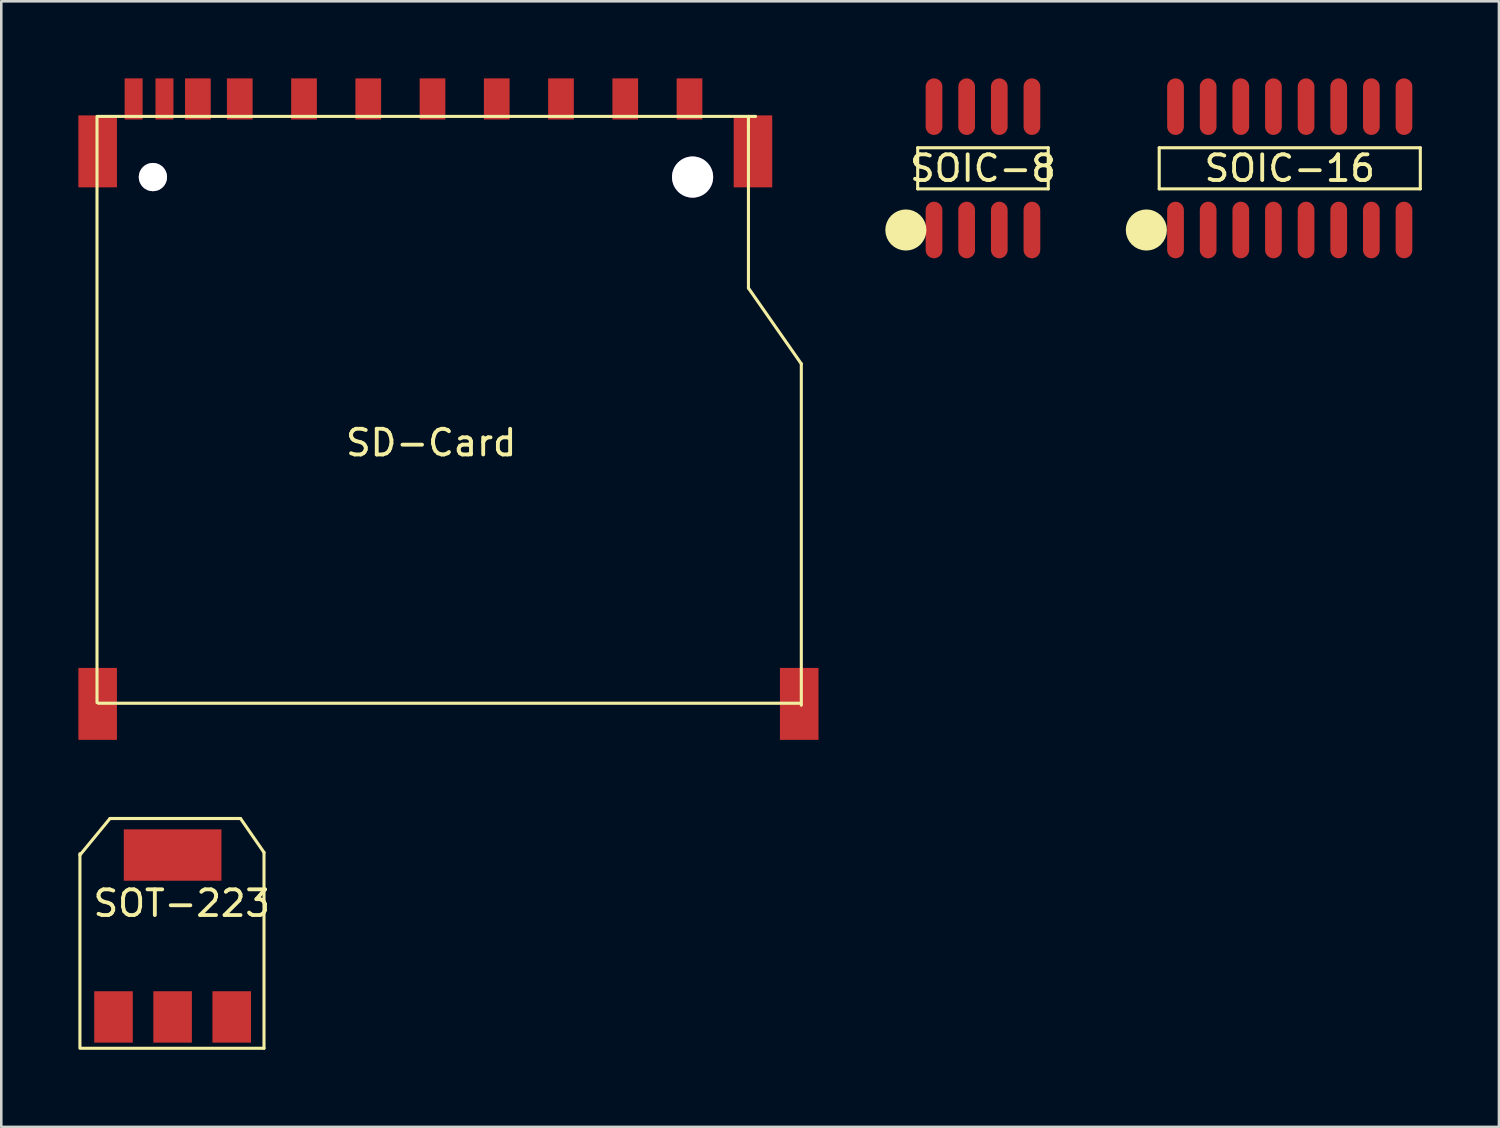
<source format=kicad_pcb>
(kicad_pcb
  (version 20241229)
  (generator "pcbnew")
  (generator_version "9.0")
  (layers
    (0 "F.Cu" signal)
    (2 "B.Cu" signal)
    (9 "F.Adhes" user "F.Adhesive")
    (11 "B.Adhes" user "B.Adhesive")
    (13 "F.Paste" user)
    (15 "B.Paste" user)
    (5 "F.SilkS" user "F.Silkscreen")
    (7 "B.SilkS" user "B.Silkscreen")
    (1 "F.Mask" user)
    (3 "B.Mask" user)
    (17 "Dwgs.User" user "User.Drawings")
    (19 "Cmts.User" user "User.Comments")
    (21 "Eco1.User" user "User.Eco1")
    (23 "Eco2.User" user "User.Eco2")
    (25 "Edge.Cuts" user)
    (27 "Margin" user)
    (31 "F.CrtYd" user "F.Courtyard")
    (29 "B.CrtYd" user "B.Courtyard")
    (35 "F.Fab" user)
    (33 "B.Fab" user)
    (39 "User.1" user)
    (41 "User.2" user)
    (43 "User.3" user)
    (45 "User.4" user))
  (footprint "SOIC-16"
    (layer "F.Cu")
    (at 47.138 3.5)
    (property "Reference" "SOIC-16" (at 0 0 0) (layer "F.SilkS") (effects (font (size 1 1) (thickness 0.15))))
    (attr through_hole)
    (fp_line (start -5.08 -0.8) (end 5.08 -0.8) (stroke (width 0.12) (type solid)) (layer "F.SilkS"))
    (fp_line (start -5.08 0.8) (end -5.08 -0.8) (stroke (width 0.12) (type solid)) (layer "F.SilkS"))
    (fp_line (start 5.08 -0.8) (end 5.08 0.8) (stroke (width 0.12) (type solid)) (layer "F.SilkS"))
    (fp_line (start 5.08 0.8) (end -5.08 0.8) (stroke (width 0.12) (type solid)) (layer "F.SilkS"))
    (fp_circle (center -5.58 2.4) (end -5.58 2.4) (stroke (width 0.8) (type solid)) (fill no) (layer "F.SilkS"))
    (pad "1" smd oval (at -4.445 2.4) (size 0.65 2.2) (layers "F.Cu" "F.Mask" "F.Paste"))
    (pad "2" smd oval (at -3.175 2.4) (size 0.65 2.2) (layers "F.Cu" "F.Mask" "F.Paste"))
    (pad "3" smd oval (at -1.905 2.4) (size 0.65 2.2) (layers "F.Cu" "F.Mask" "F.Paste"))
    (pad "4" smd oval (at -0.635 2.4) (size 0.65 2.2) (layers "F.Cu" "F.Mask" "F.Paste"))
    (pad "5" smd oval (at 0.635 2.4) (size 0.65 2.2) (layers "F.Cu" "F.Mask" "F.Paste"))
    (pad "6" smd oval (at 1.905 2.4) (size 0.65 2.2) (layers "F.Cu" "F.Mask" "F.Paste"))
    (pad "7" smd oval (at 3.175 2.4) (size 0.65 2.2) (layers "F.Cu" "F.Mask" "F.Paste"))
    (pad "8" smd oval (at 4.445 2.4) (size 0.65 2.2) (layers "F.Cu" "F.Mask" "F.Paste"))
    (pad "9" smd oval (at 4.445 -2.4) (size 0.65 2.2) (layers "F.Cu" "F.Mask" "F.Paste"))
    (pad "10" smd oval (at 3.175 -2.4) (size 0.65 2.2) (layers "F.Cu" "F.Mask" "F.Paste"))
    (pad "11" smd oval (at 1.905 -2.4) (size 0.65 2.2) (layers "F.Cu" "F.Mask" "F.Paste"))
    (pad "12" smd oval (at 0.635 -2.4) (size 0.65 2.2) (layers "F.Cu" "F.Mask" "F.Paste"))
    (pad "13" smd oval (at -0.635 -2.4) (size 0.65 2.2) (layers "F.Cu" "F.Mask" "F.Paste"))
    (pad "14" smd oval (at -1.905 -2.4) (size 0.65 2.2) (layers "F.Cu" "F.Mask" "F.Paste"))
    (pad "15" smd oval (at -3.175 -2.4) (size 0.65 2.2) (layers "F.Cu" "F.Mask" "F.Paste"))
    (pad "16" smd oval (at -4.445 -2.4) (size 0.65 2.2) (layers "F.Cu" "F.Mask" "F.Paste")))
  (footprint "SOT-223"
    (layer "F.Cu")
    (at 3.667 33.321)
    (property "Reference" "SOT-223" (at 0.356 -1.219 0) (layer "F.SilkS") (effects (font (size 1 1) (thickness 0.15))))
    (attr smd)
    (fp_line (start -3.607 -3.099) (end -2.438 -4.521) (stroke (width 0.12) (type solid)) (layer "F.SilkS"))
    (fp_line (start -3.607 4.369) (end -3.607 -3.15) (stroke (width 0.12) (type solid)) (layer "F.SilkS"))
    (fp_line (start -3.607 4.42) (end 3.556 4.42) (stroke (width 0.12) (type solid)) (layer "F.SilkS"))
    (fp_line (start 2.642 -4.521) (end -2.438 -4.521) (stroke (width 0.12) (type solid)) (layer "F.SilkS"))
    (fp_line (start 3.556 -3.2) (end 2.642 -4.521) (stroke (width 0.12) (type solid)) (layer "F.SilkS"))
    (fp_line (start 3.556 4.42) (end 3.556 -3.2) (stroke (width 0.12) (type solid)) (layer "F.SilkS"))
    (pad "1" smd rect (at -2.3 3.201 90) (size 2 1.5) (layers "F.Cu" "F.Mask" "F.Paste"))
    (pad "2" smd rect (at 0 -3.099 90) (size 2 3.8) (layers "F.Cu" "F.Mask" "F.Paste"))
    (pad "2" smd rect (at 0 3.201 90) (size 2 1.5) (layers "F.Cu" "F.Mask" "F.Paste"))
    (pad "3" smd rect (at 2.3 3.201 90) (size 2 1.5) (layers "F.Cu" "F.Mask" "F.Paste")))
  (footprint "SD-Card"
    (layer "F.Cu")
    (at 0.75 24.34)
    (property "Reference" "SD-Card" (at 12.979 -10.16 0) (layer "F.SilkS") (effects (font (size 1 1) (thickness 0.15))))
    (attr through_hole)
    (fp_line (start -0.025 -22.86) (end 25.603 -22.86) (stroke (width 0.12) (type solid)) (layer "F.SilkS"))
    (fp_line (start -0.025 -22.809) (end -0.025 -0.051) (stroke (width 0.12) (type solid)) (layer "F.SilkS"))
    (fp_line (start 0.025 -0.025) (end 27.305 -0.025) (stroke (width 0.12) (type solid)) (layer "F.SilkS"))
    (fp_line (start 25.324 -22.454) (end 25.324 -22.86) (stroke (width 0.12) (type solid)) (layer "F.SilkS"))
    (fp_line (start 25.324 -16.18) (end 25.324 -22.479) (stroke (width 0.12) (type solid)) (layer "F.SilkS"))
    (fp_line (start 27.381 -13.233) (end 25.324 -16.18) (stroke (width 0.12) (type solid)) (layer "F.SilkS"))
    (fp_line (start 27.381 0.051) (end 27.381 -13.233) (stroke (width 0.12) (type solid)) (layer "F.SilkS"))
    (pad "" smd rect (at 0 -21.5) (size 1.5 2.8) (layers "F.Cu" "F.Mask" "F.Paste"))
    (pad "" smd rect (at 0 0) (size 1.5 2.8) (layers "F.Cu" "F.Mask" "F.Paste"))
    (pad "" thru_hole circle (at 2.15 -20.5) (size 1.1 1.1) (drill 1.1) (layers "*.Cu" "*.Mask"))
    (pad "" thru_hole circle (at 23.15 -20.5 90) (size 1.6 1.6) (drill 1.6) (layers "*.Cu" "*.Mask"))
    (pad "" smd rect (at 25.5 -21.5) (size 1.5 2.8) (layers "F.Cu" "F.Mask" "F.Paste"))
    (pad "" smd rect (at 27.3 0) (size 1.5 2.8) (layers "F.Cu" "F.Mask" "F.Paste"))
    (pad "1" smd rect (at 20.53 -23.54) (size 1 1.6) (layers "F.Cu" "F.Mask" "F.Paste"))
    (pad "2" smd rect (at 18.03 -23.54) (size 1 1.6) (layers "F.Cu" "F.Mask" "F.Paste"))
    (pad "3" smd rect (at 15.53 -23.54) (size 1 1.6) (layers "F.Cu" "F.Mask" "F.Paste"))
    (pad "4" smd rect (at 13.03 -23.54) (size 1 1.6) (layers "F.Cu" "F.Mask" "F.Paste"))
    (pad "5" smd rect (at 10.53 -23.54) (size 1 1.6) (layers "F.Cu" "F.Mask" "F.Paste"))
    (pad "6" smd rect (at 8.03 -23.54) (size 1 1.6) (layers "F.Cu" "F.Mask" "F.Paste"))
    (pad "7" smd rect (at 5.53 -23.54) (size 1 1.6) (layers "F.Cu" "F.Mask" "F.Paste"))
    (pad "8" smd rect (at 3.9 -23.54) (size 1 1.6) (layers "F.Cu" "F.Mask" "F.Paste"))
    (pad "9" smd rect (at 23.03 -23.54) (size 1 1.6) (layers "F.Cu" "F.Mask" "F.Paste"))
    (pad "10" smd rect (at 2.6 -23.54) (size 0.7 1.6) (layers "F.Cu" "F.Mask" "F.Paste"))
    (pad "11" smd rect (at 1.4 -23.54) (size 0.7 1.6) (layers "F.Cu" "F.Mask" "F.Paste")))
  (footprint "SOIC-8"
    (layer "F.Cu")
    (at 35.2 3.5)
    (property "Reference" "SOIC-8" (at 0 0 0) (layer "F.SilkS") (effects (font (size 1 1) (thickness 0.15))))
    (attr through_hole)
    (fp_line (start -2.54 -0.8) (end 2.54 -0.8) (stroke (width 0.12) (type solid)) (layer "F.SilkS"))
    (fp_line (start -2.54 0.8) (end -2.54 -0.8) (stroke (width 0.12) (type solid)) (layer "F.SilkS"))
    (fp_line (start 2.54 -0.8) (end 2.54 0.8) (stroke (width 0.12) (type solid)) (layer "F.SilkS"))
    (fp_line (start 2.54 0.8) (end -2.54 0.8) (stroke (width 0.12) (type solid)) (layer "F.SilkS"))
    (fp_circle (center -3 2.4) (end -3 2.4) (stroke (width 0.8) (type solid)) (fill no) (layer "F.SilkS"))
    (pad "1" smd oval (at -1.905 2.4) (size 0.65 2.2) (layers "F.Cu" "F.Mask" "F.Paste"))
    (pad "2" smd oval (at -0.635 2.4) (size 0.65 2.2) (layers "F.Cu" "F.Mask" "F.Paste"))
    (pad "3" smd oval (at 0.635 2.4) (size 0.65 2.2) (layers "F.Cu" "F.Mask" "F.Paste"))
    (pad "4" smd oval (at 1.905 2.4) (size 0.65 2.2) (layers "F.Cu" "F.Mask" "F.Paste"))
    (pad "5" smd oval (at 1.905 -2.4) (size 0.65 2.2) (layers "F.Cu" "F.Mask" "F.Paste"))
    (pad "6" smd oval (at 0.635 -2.4) (size 0.65 2.2) (layers "F.Cu" "F.Mask" "F.Paste"))
    (pad "7" smd oval (at -0.635 -2.4) (size 0.65 2.2) (layers "F.Cu" "F.Mask" "F.Paste"))
    (pad "8" smd oval (at -1.905 -2.4) (size 0.65 2.2) (layers "F.Cu" "F.Mask" "F.Paste")))
  (gr_rect
    (start -3 -3)
    (end 55.278 40.801)
    (stroke (width 0.1) (type default))
    (fill no)
    (layer "Edge.Cuts")))
</source>
